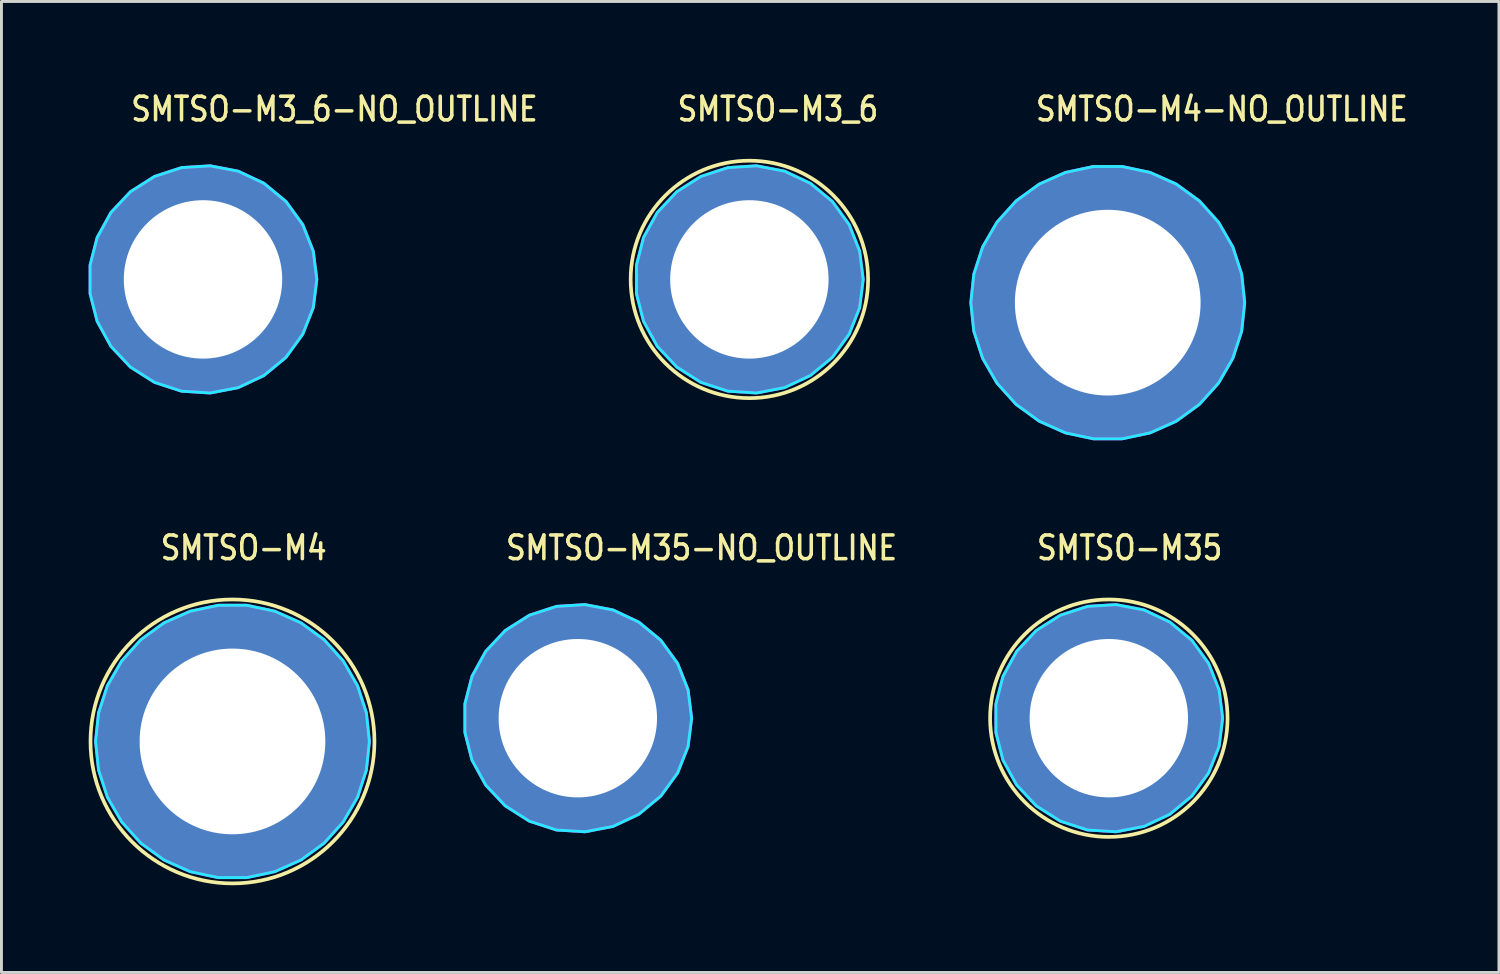
<source format=kicad_pcb>
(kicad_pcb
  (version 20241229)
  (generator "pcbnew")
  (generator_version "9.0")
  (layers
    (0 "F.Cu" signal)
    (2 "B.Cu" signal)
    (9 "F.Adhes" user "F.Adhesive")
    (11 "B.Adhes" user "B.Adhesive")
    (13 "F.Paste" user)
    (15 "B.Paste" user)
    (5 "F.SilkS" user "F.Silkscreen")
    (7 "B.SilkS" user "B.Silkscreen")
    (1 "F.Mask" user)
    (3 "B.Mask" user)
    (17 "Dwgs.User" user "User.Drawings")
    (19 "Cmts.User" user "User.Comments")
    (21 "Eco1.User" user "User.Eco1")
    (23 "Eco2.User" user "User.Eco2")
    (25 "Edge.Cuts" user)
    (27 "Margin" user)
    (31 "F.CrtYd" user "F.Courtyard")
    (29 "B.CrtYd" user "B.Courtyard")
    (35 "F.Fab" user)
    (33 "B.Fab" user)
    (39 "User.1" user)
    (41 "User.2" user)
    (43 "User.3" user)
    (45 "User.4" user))
  (footprint "SMTSO-M4-NO_OUTLINE"
    (layer "F.Cu")
    (at 35.066 7.364)
    (property "Reference" "SMTSO-M4-NO_OUTLINE" (at -2.54 -6.185 0) (unlocked yes) (layer "F.SilkS") (effects (font (size 0.813 0.695) (thickness 0.122)) (justify left bottom)))
    (fp_poly (pts (xy -4.577 -0.538) (xy 4.577 -0.538) (xy 3.227 -0.538) (xy -3.227 -0.538)) (stroke (width 0.076) (type solid)) (fill yes) (layer "F.Paste"))
    (fp_poly (pts (xy 4.577 0.538) (xy -4.577 0.538) (xy -3.227 0.538) (xy 3.227 0.538)) (stroke (width 0.076) (type solid)) (fill yes) (layer "F.Paste"))
    (fp_poly (pts (xy 4.711 0) (xy 4.608 -0.979) (xy 4.304 -1.916) (xy 3.811 -2.769) (xy 3.152 -3.501) (xy 2.355 -4.08) (xy 1.456 -4.48) (xy 0.492 -4.685) (xy -0.492 -4.685) (xy -1.456 -4.48) (xy -2.355 -4.08) (xy -3.152 -3.501) (xy -3.811 -2.769) (xy -4.304 -1.916) (xy -4.608 -0.979) (xy -4.711 0) (xy -4.608 0.979) (xy -4.304 1.916) (xy -3.811 2.769) (xy -3.152 3.501) (xy -2.355 4.08) (xy -1.456 4.48) (xy -0.492 4.685) (xy 0.492 4.685) (xy 1.456 4.48) (xy 2.355 4.08) (xy 3.152 3.501) (xy 3.811 2.769) (xy 4.304 1.916) (xy 4.608 0.979)) (stroke (width 0.1) (type solid)) (fill no) (layer "B.CrtYd"))
    (fp_poly (pts (xy 4.711 0) (xy 4.608 -0.979) (xy 4.304 -1.916) (xy 3.811 -2.769) (xy 3.152 -3.501) (xy 2.355 -4.08) (xy 1.456 -4.48) (xy 0.492 -4.685) (xy -0.492 -4.685) (xy -1.456 -4.48) (xy -2.355 -4.08) (xy -3.152 -3.501) (xy -3.811 -2.769) (xy -4.304 -1.916) (xy -4.608 -0.979) (xy -4.711 0) (xy -4.608 0.979) (xy -4.304 1.916) (xy -3.811 2.769) (xy -3.152 3.501) (xy -2.355 4.08) (xy -1.456 4.48) (xy -0.492 4.685) (xy 0.492 4.685) (xy 1.456 4.48) (xy 2.355 4.08) (xy 3.152 3.501) (xy 3.811 2.769) (xy 4.304 1.916) (xy 4.608 0.979)) (stroke (width 0.1) (type solid)) (fill no) (layer "F.CrtYd"))
    (pad "1" thru_hole oval (at 0 0) (size 9.37 9.37) (drill 6.39) (layers "*.Cu" "*.Mask")))
  (footprint "SMTSO-M35-NO_OUTLINE"
    (layer "F.Cu")
    (at 16.832 21.662)
    (property "Reference" "SMTSO-M35-NO_OUTLINE" (at -2.54 -5.385 0) (unlocked yes) (layer "F.SilkS") (effects (font (size 0.813 0.695) (thickness 0.122)) (justify left bottom)))
    (fp_poly (pts (xy -3.771 -0.538) (xy 3.771 -0.538) (xy 2.749 -0.538) (xy -2.749 -0.538)) (stroke (width 0.076) (type solid)) (fill yes) (layer "F.Paste"))
    (fp_poly (pts (xy 3.771 0.538) (xy -3.771 0.538) (xy -2.749 0.538) (xy 2.749 0.538)) (stroke (width 0.076) (type solid)) (fill yes) (layer "F.Paste"))
    (fp_poly (pts (xy 3.916 0) (xy 3.793 -0.974) (xy 3.432 -1.886) (xy 2.855 -2.681) (xy 2.098 -3.306) (xy 1.21 -3.724) (xy 0.246 -3.908) (xy -0.734 -3.847) (xy -1.667 -3.543) (xy -2.496 -3.017) (xy -3.168 -2.302) (xy -3.641 -1.442) (xy -3.885 -0.491) (xy -3.885 0.491) (xy -3.641 1.442) (xy -3.168 2.302) (xy -2.496 3.017) (xy -1.667 3.543) (xy -0.734 3.847) (xy 0.246 3.908) (xy 1.21 3.724) (xy 2.098 3.306) (xy 2.855 2.681) (xy 3.432 1.886) (xy 3.793 0.974)) (stroke (width 0.1) (type solid)) (fill no) (layer "B.CrtYd"))
    (fp_poly (pts (xy 3.916 0) (xy 3.793 -0.974) (xy 3.432 -1.886) (xy 2.855 -2.681) (xy 2.098 -3.306) (xy 1.21 -3.724) (xy 0.246 -3.908) (xy -0.734 -3.847) (xy -1.667 -3.543) (xy -2.496 -3.017) (xy -3.168 -2.302) (xy -3.641 -1.442) (xy -3.885 -0.491) (xy -3.885 0.491) (xy -3.641 1.442) (xy -3.168 2.302) (xy -2.496 3.017) (xy -1.667 3.543) (xy -0.734 3.847) (xy 0.246 3.908) (xy 1.21 3.724) (xy 2.098 3.306) (xy 2.855 2.681) (xy 3.432 1.886) (xy 3.793 0.974)) (stroke (width 0.1) (type solid)) (fill no) (layer "F.CrtYd"))
    (pad "1" thru_hole oval (at 0 0) (size 7.77 7.77) (drill 5.45) (layers "*.Cu" "*.Mask")))
  (footprint "SMTSO-M4"
    (layer "F.Cu")
    (at 4.949 22.462)
    (property "Reference" "SMTSO-M4" (at -2.54 -6.185 0) (unlocked yes) (layer "F.SilkS") (effects (font (size 0.813 0.695) (thickness 0.122)) (justify left bottom)))
    (fp_circle (center 0 0) (end 4.885 0) (stroke (width 0.127) (type solid)) (fill no) (layer "F.SilkS"))
    (fp_poly (pts (xy -4.577 -0.538) (xy -0.538 -4.577) (xy -0.538 -3.227) (xy -3.227 -0.538)) (stroke (width 0.076) (type solid)) (fill yes) (layer "F.Paste"))
    (fp_poly (pts (xy -0.538 4.577) (xy -4.577 0.538) (xy -3.227 0.538) (xy -0.538 3.227)) (stroke (width 0.076) (type solid)) (fill yes) (layer "F.Paste"))
    (fp_poly (pts (xy 0.538 -4.577) (xy 4.577 -0.538) (xy 3.227 -0.538) (xy 0.538 -3.227)) (stroke (width 0.076) (type solid)) (fill yes) (layer "F.Paste"))
    (fp_poly (pts (xy 4.577 0.538) (xy 0.538 4.577) (xy 0.538 3.227) (xy 3.227 0.538)) (stroke (width 0.076) (type solid)) (fill yes) (layer "F.Paste"))
    (fp_poly (pts (xy 4.711 0) (xy 4.608 -0.979) (xy 4.304 -1.916) (xy 3.811 -2.769) (xy 3.152 -3.501) (xy 2.355 -4.08) (xy 1.456 -4.48) (xy 0.492 -4.685) (xy -0.492 -4.685) (xy -1.456 -4.48) (xy -2.355 -4.08) (xy -3.152 -3.501) (xy -3.811 -2.769) (xy -4.304 -1.916) (xy -4.608 -0.979) (xy -4.711 0) (xy -4.608 0.979) (xy -4.304 1.916) (xy -3.811 2.769) (xy -3.152 3.501) (xy -2.355 4.08) (xy -1.456 4.48) (xy -0.492 4.685) (xy 0.492 4.685) (xy 1.456 4.48) (xy 2.355 4.08) (xy 3.152 3.501) (xy 3.811 2.769) (xy 4.304 1.916) (xy 4.608 0.979)) (stroke (width 0.1) (type solid)) (fill no) (layer "B.CrtYd"))
    (fp_poly (pts (xy 4.711 0) (xy 4.608 -0.979) (xy 4.304 -1.916) (xy 3.811 -2.769) (xy 3.152 -3.501) (xy 2.355 -4.08) (xy 1.456 -4.48) (xy 0.492 -4.685) (xy -0.492 -4.685) (xy -1.456 -4.48) (xy -2.355 -4.08) (xy -3.152 -3.501) (xy -3.811 -2.769) (xy -4.304 -1.916) (xy -4.608 -0.979) (xy -4.711 0) (xy -4.608 0.979) (xy -4.304 1.916) (xy -3.811 2.769) (xy -3.152 3.501) (xy -2.355 4.08) (xy -1.456 4.48) (xy -0.492 4.685) (xy 0.492 4.685) (xy 1.456 4.48) (xy 2.355 4.08) (xy 3.152 3.501) (xy 3.811 2.769) (xy 4.304 1.916) (xy 4.608 0.979)) (stroke (width 0.1) (type solid)) (fill no) (layer "F.CrtYd"))
    (pad "1" thru_hole oval (at 0 0) (size 9.37 9.37) (drill 6.39) (layers "*.Cu" "*.Mask")))
  (footprint "SMTSO-M3_6"
    (layer "F.Cu")
    (at 22.735 6.564)
    (property "Reference" "SMTSO-M3_6" (at -2.54 -5.385 0) (unlocked yes) (layer "F.SilkS") (effects (font (size 0.813 0.695) (thickness 0.122)) (justify left bottom)))
    (fp_circle (center 0 0) (end 4.085 0) (stroke (width 0.127) (type solid)) (fill no) (layer "F.SilkS"))
    (fp_poly (pts (xy -3.771 -0.538) (xy -0.538 -3.771) (xy -0.538 -2.749) (xy -2.749 -0.538)) (stroke (width 0.076) (type solid)) (fill yes) (layer "F.Paste"))
    (fp_poly (pts (xy -0.538 3.771) (xy -3.771 0.538) (xy -2.749 0.538) (xy -0.538 2.749)) (stroke (width 0.076) (type solid)) (fill yes) (layer "F.Paste"))
    (fp_poly (pts (xy 0.538 -3.771) (xy 3.771 -0.538) (xy 2.749 -0.538) (xy 0.538 -2.749)) (stroke (width 0.076) (type solid)) (fill yes) (layer "F.Paste"))
    (fp_poly (pts (xy 3.771 0.538) (xy 0.538 3.771) (xy 0.538 2.749) (xy 2.749 0.538)) (stroke (width 0.076) (type solid)) (fill yes) (layer "F.Paste"))
    (fp_poly (pts (xy 3.916 0) (xy 3.793 -0.974) (xy 3.432 -1.886) (xy 2.855 -2.681) (xy 2.098 -3.306) (xy 1.21 -3.724) (xy 0.246 -3.908) (xy -0.734 -3.847) (xy -1.667 -3.543) (xy -2.496 -3.017) (xy -3.168 -2.302) (xy -3.641 -1.442) (xy -3.885 -0.491) (xy -3.885 0.491) (xy -3.641 1.442) (xy -3.168 2.302) (xy -2.496 3.017) (xy -1.667 3.543) (xy -0.734 3.847) (xy 0.246 3.908) (xy 1.21 3.724) (xy 2.098 3.306) (xy 2.855 2.681) (xy 3.432 1.886) (xy 3.793 0.974)) (stroke (width 0.1) (type solid)) (fill no) (layer "B.CrtYd"))
    (fp_poly (pts (xy 3.916 0) (xy 3.793 -0.974) (xy 3.432 -1.886) (xy 2.855 -2.681) (xy 2.098 -3.306) (xy 1.21 -3.724) (xy 0.246 -3.908) (xy -0.734 -3.847) (xy -1.667 -3.543) (xy -2.496 -3.017) (xy -3.168 -2.302) (xy -3.641 -1.442) (xy -3.885 -0.491) (xy -3.885 0.491) (xy -3.641 1.442) (xy -3.168 2.302) (xy -2.496 3.017) (xy -1.667 3.543) (xy -0.734 3.847) (xy 0.246 3.908) (xy 1.21 3.724) (xy 2.098 3.306) (xy 2.855 2.681) (xy 3.432 1.886) (xy 3.793 0.974)) (stroke (width 0.1) (type solid)) (fill no) (layer "F.CrtYd"))
    (pad "1" thru_hole oval (at 0 0) (size 7.77 7.77) (drill 5.45) (layers "*.Cu" "*.Mask")))
  (footprint "SMTSO-M3_6-NO_OUTLINE"
    (layer "F.Cu")
    (at 3.935 6.564)
    (property "Reference" "SMTSO-M3_6-NO_OUTLINE" (at -2.54 -5.385 0) (unlocked yes) (layer "F.SilkS") (effects (font (size 0.813 0.695) (thickness 0.122)) (justify left bottom)))
    (fp_poly (pts (xy -3.771 -0.538) (xy 3.771 -0.538) (xy 2.749 -0.538) (xy -2.749 -0.538)) (stroke (width 0.076) (type solid)) (fill yes) (layer "F.Paste"))
    (fp_poly (pts (xy 3.771 0.538) (xy -3.771 0.538) (xy -2.749 0.538) (xy 2.749 0.538)) (stroke (width 0.076) (type solid)) (fill yes) (layer "F.Paste"))
    (fp_poly (pts (xy 3.916 0) (xy 3.793 -0.974) (xy 3.432 -1.886) (xy 2.855 -2.681) (xy 2.098 -3.306) (xy 1.21 -3.724) (xy 0.246 -3.908) (xy -0.734 -3.847) (xy -1.667 -3.543) (xy -2.496 -3.017) (xy -3.168 -2.302) (xy -3.641 -1.442) (xy -3.885 -0.491) (xy -3.885 0.491) (xy -3.641 1.442) (xy -3.168 2.302) (xy -2.496 3.017) (xy -1.667 3.543) (xy -0.734 3.847) (xy 0.246 3.908) (xy 1.21 3.724) (xy 2.098 3.306) (xy 2.855 2.681) (xy 3.432 1.886) (xy 3.793 0.974)) (stroke (width 0.1) (type solid)) (fill no) (layer "B.CrtYd"))
    (fp_poly (pts (xy 3.916 0) (xy 3.793 -0.974) (xy 3.432 -1.886) (xy 2.855 -2.681) (xy 2.098 -3.306) (xy 1.21 -3.724) (xy 0.246 -3.908) (xy -0.734 -3.847) (xy -1.667 -3.543) (xy -2.496 -3.017) (xy -3.168 -2.302) (xy -3.641 -1.442) (xy -3.885 -0.491) (xy -3.885 0.491) (xy -3.641 1.442) (xy -3.168 2.302) (xy -2.496 3.017) (xy -1.667 3.543) (xy -0.734 3.847) (xy 0.246 3.908) (xy 1.21 3.724) (xy 2.098 3.306) (xy 2.855 2.681) (xy 3.432 1.886) (xy 3.793 0.974)) (stroke (width 0.1) (type solid)) (fill no) (layer "F.CrtYd"))
    (pad "1" thru_hole oval (at 0 0) (size 7.77 7.77) (drill 5.45) (layers "*.Cu" "*.Mask")))
  (footprint "SMTSO-M35"
    (layer "F.Cu")
    (at 35.103 21.662)
    (property "Reference" "SMTSO-M35" (at -2.54 -5.385 0) (unlocked yes) (layer "F.SilkS") (effects (font (size 0.813 0.695) (thickness 0.122)) (justify left bottom)))
    (fp_circle (center 0 0) (end 4.085 0) (stroke (width 0.127) (type solid)) (fill no) (layer "F.SilkS"))
    (fp_poly (pts (xy -3.771 -0.538) (xy -0.538 -3.771) (xy -0.538 -2.749) (xy -2.749 -0.538)) (stroke (width 0.076) (type solid)) (fill yes) (layer "F.Paste"))
    (fp_poly (pts (xy -0.538 3.771) (xy -3.771 0.538) (xy -2.749 0.538) (xy -0.538 2.749)) (stroke (width 0.076) (type solid)) (fill yes) (layer "F.Paste"))
    (fp_poly (pts (xy 0.538 -3.771) (xy 3.771 -0.538) (xy 2.749 -0.538) (xy 0.538 -2.749)) (stroke (width 0.076) (type solid)) (fill yes) (layer "F.Paste"))
    (fp_poly (pts (xy 3.771 0.538) (xy 0.538 3.771) (xy 0.538 2.749) (xy 2.749 0.538)) (stroke (width 0.076) (type solid)) (fill yes) (layer "F.Paste"))
    (fp_poly (pts (xy 3.916 0) (xy 3.793 -0.974) (xy 3.432 -1.886) (xy 2.855 -2.681) (xy 2.098 -3.306) (xy 1.21 -3.724) (xy 0.246 -3.908) (xy -0.734 -3.847) (xy -1.667 -3.543) (xy -2.496 -3.017) (xy -3.168 -2.302) (xy -3.641 -1.442) (xy -3.885 -0.491) (xy -3.885 0.491) (xy -3.641 1.442) (xy -3.168 2.302) (xy -2.496 3.017) (xy -1.667 3.543) (xy -0.734 3.847) (xy 0.246 3.908) (xy 1.21 3.724) (xy 2.098 3.306) (xy 2.855 2.681) (xy 3.432 1.886) (xy 3.793 0.974)) (stroke (width 0.1) (type solid)) (fill no) (layer "B.CrtYd"))
    (fp_poly (pts (xy 3.916 0) (xy 3.793 -0.974) (xy 3.432 -1.886) (xy 2.855 -2.681) (xy 2.098 -3.306) (xy 1.21 -3.724) (xy 0.246 -3.908) (xy -0.734 -3.847) (xy -1.667 -3.543) (xy -2.496 -3.017) (xy -3.168 -2.302) (xy -3.641 -1.442) (xy -3.885 -0.491) (xy -3.885 0.491) (xy -3.641 1.442) (xy -3.168 2.302) (xy -2.496 3.017) (xy -1.667 3.543) (xy -0.734 3.847) (xy 0.246 3.908) (xy 1.21 3.724) (xy 2.098 3.306) (xy 2.855 2.681) (xy 3.432 1.886) (xy 3.793 0.974)) (stroke (width 0.1) (type solid)) (fill no) (layer "F.CrtYd"))
    (pad "1" thru_hole oval (at 0 0) (size 7.77 7.77) (drill 5.45) (layers "*.Cu" "*.Mask")))
  (gr_rect
    (start -3 -3)
    (end 48.527 30.411)
    (stroke (width 0.1) (type default))
    (fill no)
    (layer "Edge.Cuts")))
</source>
